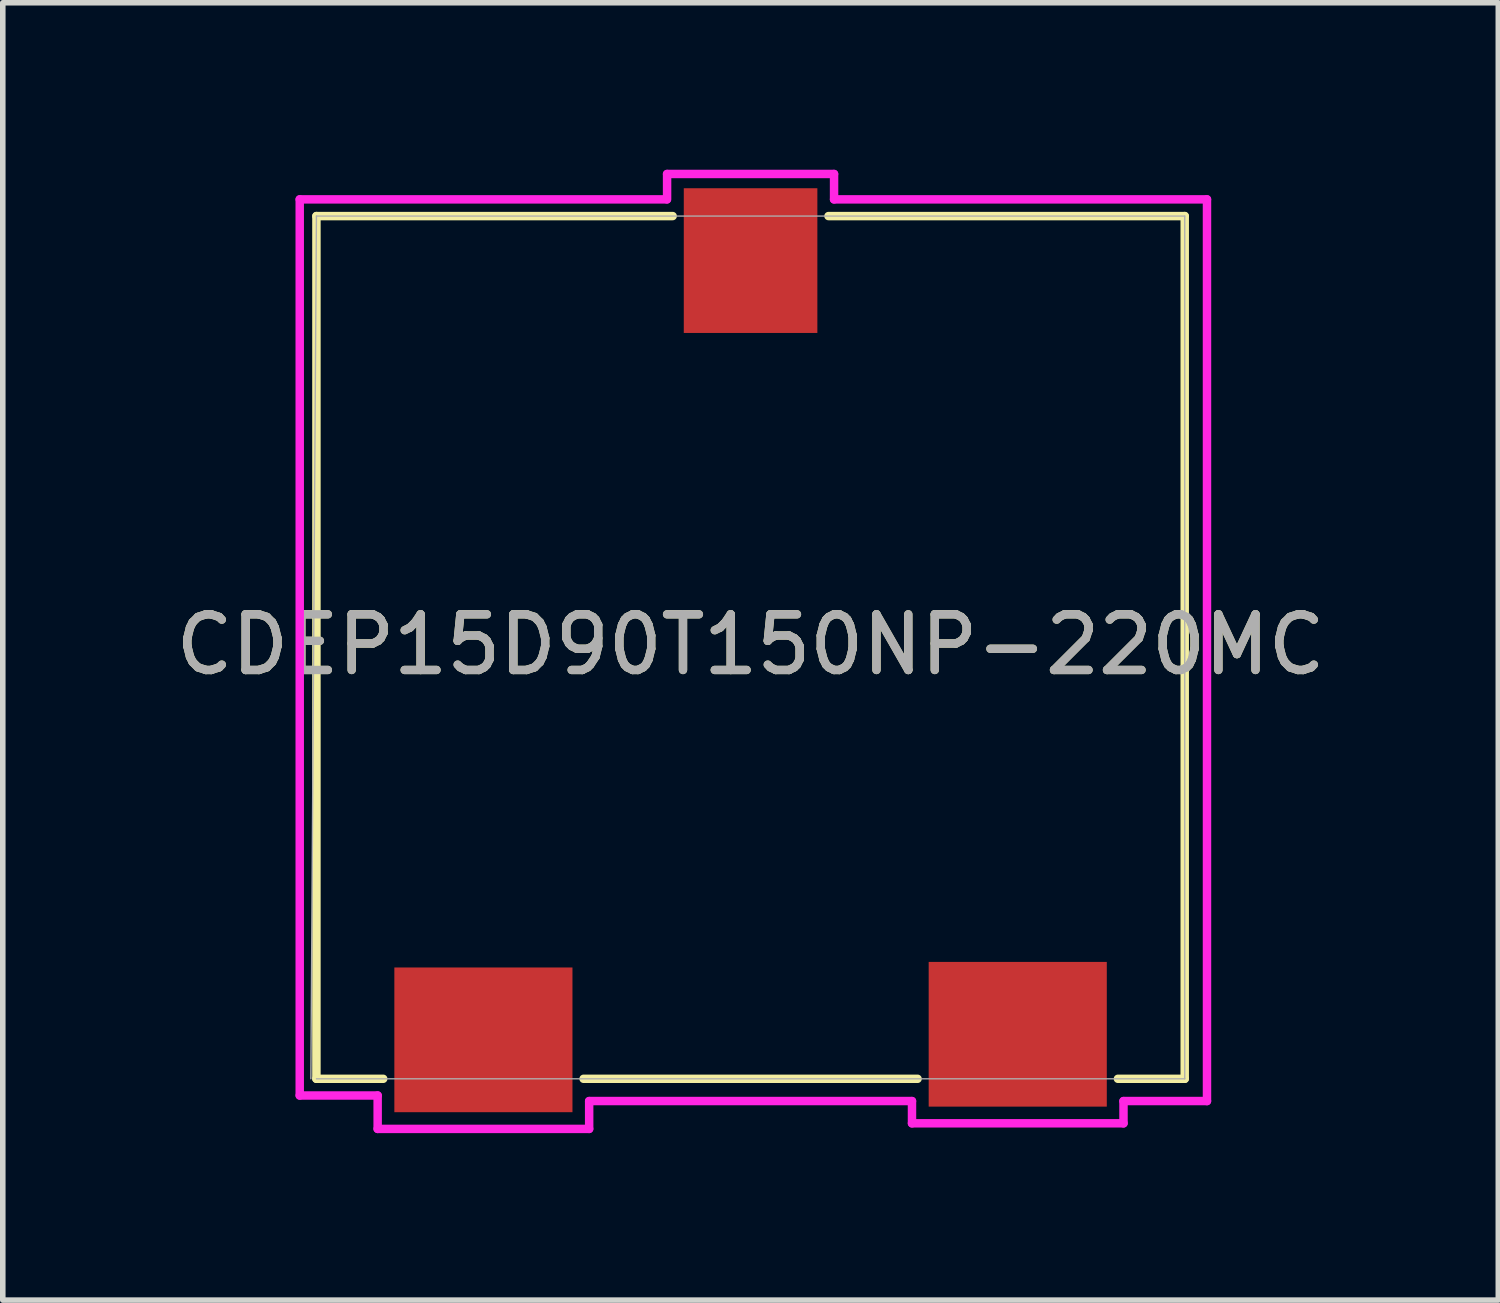
<source format=kicad_pcb>
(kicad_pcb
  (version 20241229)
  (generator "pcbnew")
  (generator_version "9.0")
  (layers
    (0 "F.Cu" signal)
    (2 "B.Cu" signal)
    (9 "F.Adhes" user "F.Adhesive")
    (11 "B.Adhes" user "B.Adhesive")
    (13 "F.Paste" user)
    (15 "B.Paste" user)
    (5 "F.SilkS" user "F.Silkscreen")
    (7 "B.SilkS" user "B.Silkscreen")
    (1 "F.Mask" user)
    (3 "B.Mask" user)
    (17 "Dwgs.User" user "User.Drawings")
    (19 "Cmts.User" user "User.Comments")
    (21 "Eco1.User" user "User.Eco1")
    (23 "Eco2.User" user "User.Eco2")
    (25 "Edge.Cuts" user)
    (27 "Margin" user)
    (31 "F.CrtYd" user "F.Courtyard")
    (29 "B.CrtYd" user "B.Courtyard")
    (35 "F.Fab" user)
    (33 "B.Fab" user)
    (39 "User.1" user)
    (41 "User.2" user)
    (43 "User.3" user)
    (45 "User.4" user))
  (footprint "CDEP15D90T150NP-220MC"
    (layer "F.Cu")
    (at 10.435 8.532)
    (property "Reference" "CDEP15D90T150NP-220MC" (at 0 0 0) (unlocked yes) (layer "F.SilkS") (effects (font (size 1 1) (thickness 0.15))))
    (attr smd)
    (fp_line (start -7.8 -7.7) (end -7.8 7.8) (stroke (width 0.152) (type solid)) (layer "F.SilkS"))
    (fp_line (start -7.8 7.8) (end -6.6 7.8) (stroke (width 0.152) (type solid)) (layer "F.SilkS"))
    (fp_line (start -3 7.8) (end 3 7.8) (stroke (width 0.152) (type solid)) (layer "F.SilkS"))
    (fp_line (start -1.4 -7.7) (end -7.8 -7.7) (stroke (width 0.152) (type solid)) (layer "F.SilkS"))
    (fp_line (start 6.6 7.8) (end 7.8 7.8) (stroke (width 0.152) (type solid)) (layer "F.SilkS"))
    (fp_line (start 7.8 -7.7) (end 1.4 -7.7) (stroke (width 0.152) (type solid)) (layer "F.SilkS"))
    (fp_line (start 7.8 7.8) (end 7.8 -7.7) (stroke (width 0.152) (type solid)) (layer "F.SilkS"))
    (fp_line (start -8.1 -8) (end -8.1 8.1) (stroke (width 0.152) (type solid)) (layer "F.CrtYd"))
    (fp_line (start -8.1 8.1) (end -6.7 8.1) (stroke (width 0.152) (type solid)) (layer "F.CrtYd"))
    (fp_line (start -6.7 8.1) (end -6.7 8.7) (stroke (width 0.152) (type solid)) (layer "F.CrtYd"))
    (fp_line (start -6.7 8.7) (end -2.9 8.7) (stroke (width 0.152) (type solid)) (layer "F.CrtYd"))
    (fp_line (start -2.9 8.2) (end 2.9 8.2) (stroke (width 0.152) (type solid)) (layer "F.CrtYd"))
    (fp_line (start -2.9 8.7) (end -2.9 8.2) (stroke (width 0.152) (type solid)) (layer "F.CrtYd"))
    (fp_line (start -1.505 -8) (end -8.1 -8) (stroke (width 0.152) (type solid)) (layer "F.CrtYd"))
    (fp_line (start -1.5 -8.456) (end -1.5 -8) (stroke (width 0.152) (type solid)) (layer "F.CrtYd"))
    (fp_line (start 1.5 -8.456) (end -1.5 -8.456) (stroke (width 0.152) (type solid)) (layer "F.CrtYd"))
    (fp_line (start 1.5 -8) (end 1.5 -8.456) (stroke (width 0.152) (type solid)) (layer "F.CrtYd"))
    (fp_line (start 2.9 8.2) (end 2.9 8.6) (stroke (width 0.152) (type solid)) (layer "F.CrtYd"))
    (fp_line (start 2.9 8.6) (end 6.7 8.6) (stroke (width 0.152) (type solid)) (layer "F.CrtYd"))
    (fp_line (start 6.7 8.2) (end 8.2 8.2) (stroke (width 0.152) (type solid)) (layer "F.CrtYd"))
    (fp_line (start 6.7 8.6) (end 6.7 8.2) (stroke (width 0.152) (type solid)) (layer "F.CrtYd"))
    (fp_line (start 8.2 -8) (end 1.5 -8) (stroke (width 0.152) (type solid)) (layer "F.CrtYd"))
    (fp_line (start 8.2 8.2) (end 8.2 -8) (stroke (width 0.152) (type solid)) (layer "F.CrtYd"))
    (fp_line (start -7.8 -7.7) (end -7.9 7.8) (stroke (width 0.025) (type solid)) (layer "F.Fab"))
    (fp_line (start -7.8 7.8) (end 7.8 7.8) (stroke (width 0.025) (type solid)) (layer "F.Fab"))
    (fp_line (start 7.8 -7.7) (end -7.8 -7.7) (stroke (width 0.025) (type solid)) (layer "F.Fab"))
    (fp_line (start 7.8 7.8) (end 7.8 -7.7) (stroke (width 0.025) (type solid)) (layer "F.Fab"))
    (fp_text user "${REFERENCE}" (at 0 0 0) (unlocked yes) (layer "F.Fab") (effects (font (size 1 1) (thickness 0.15))))
    (pad "1" smd rect (at -4.8 7.1) (size 3.2 2.6) (layers "F.Cu" "F.Mask" "F.Paste"))
    (pad "2" smd rect (at 4.8 7) (size 3.2 2.6) (layers "F.Cu" "F.Mask" "F.Paste"))
    (pad "3" smd rect (at 0 -6.9) (size 2.4 2.6) (layers "F.Cu" "F.Mask" "F.Paste")))
  (gr_rect
    (start -3 -3)
    (end 23.869 20.308)
    (stroke (width 0.1) (type default))
    (fill no)
    (layer "Edge.Cuts")))
</source>
